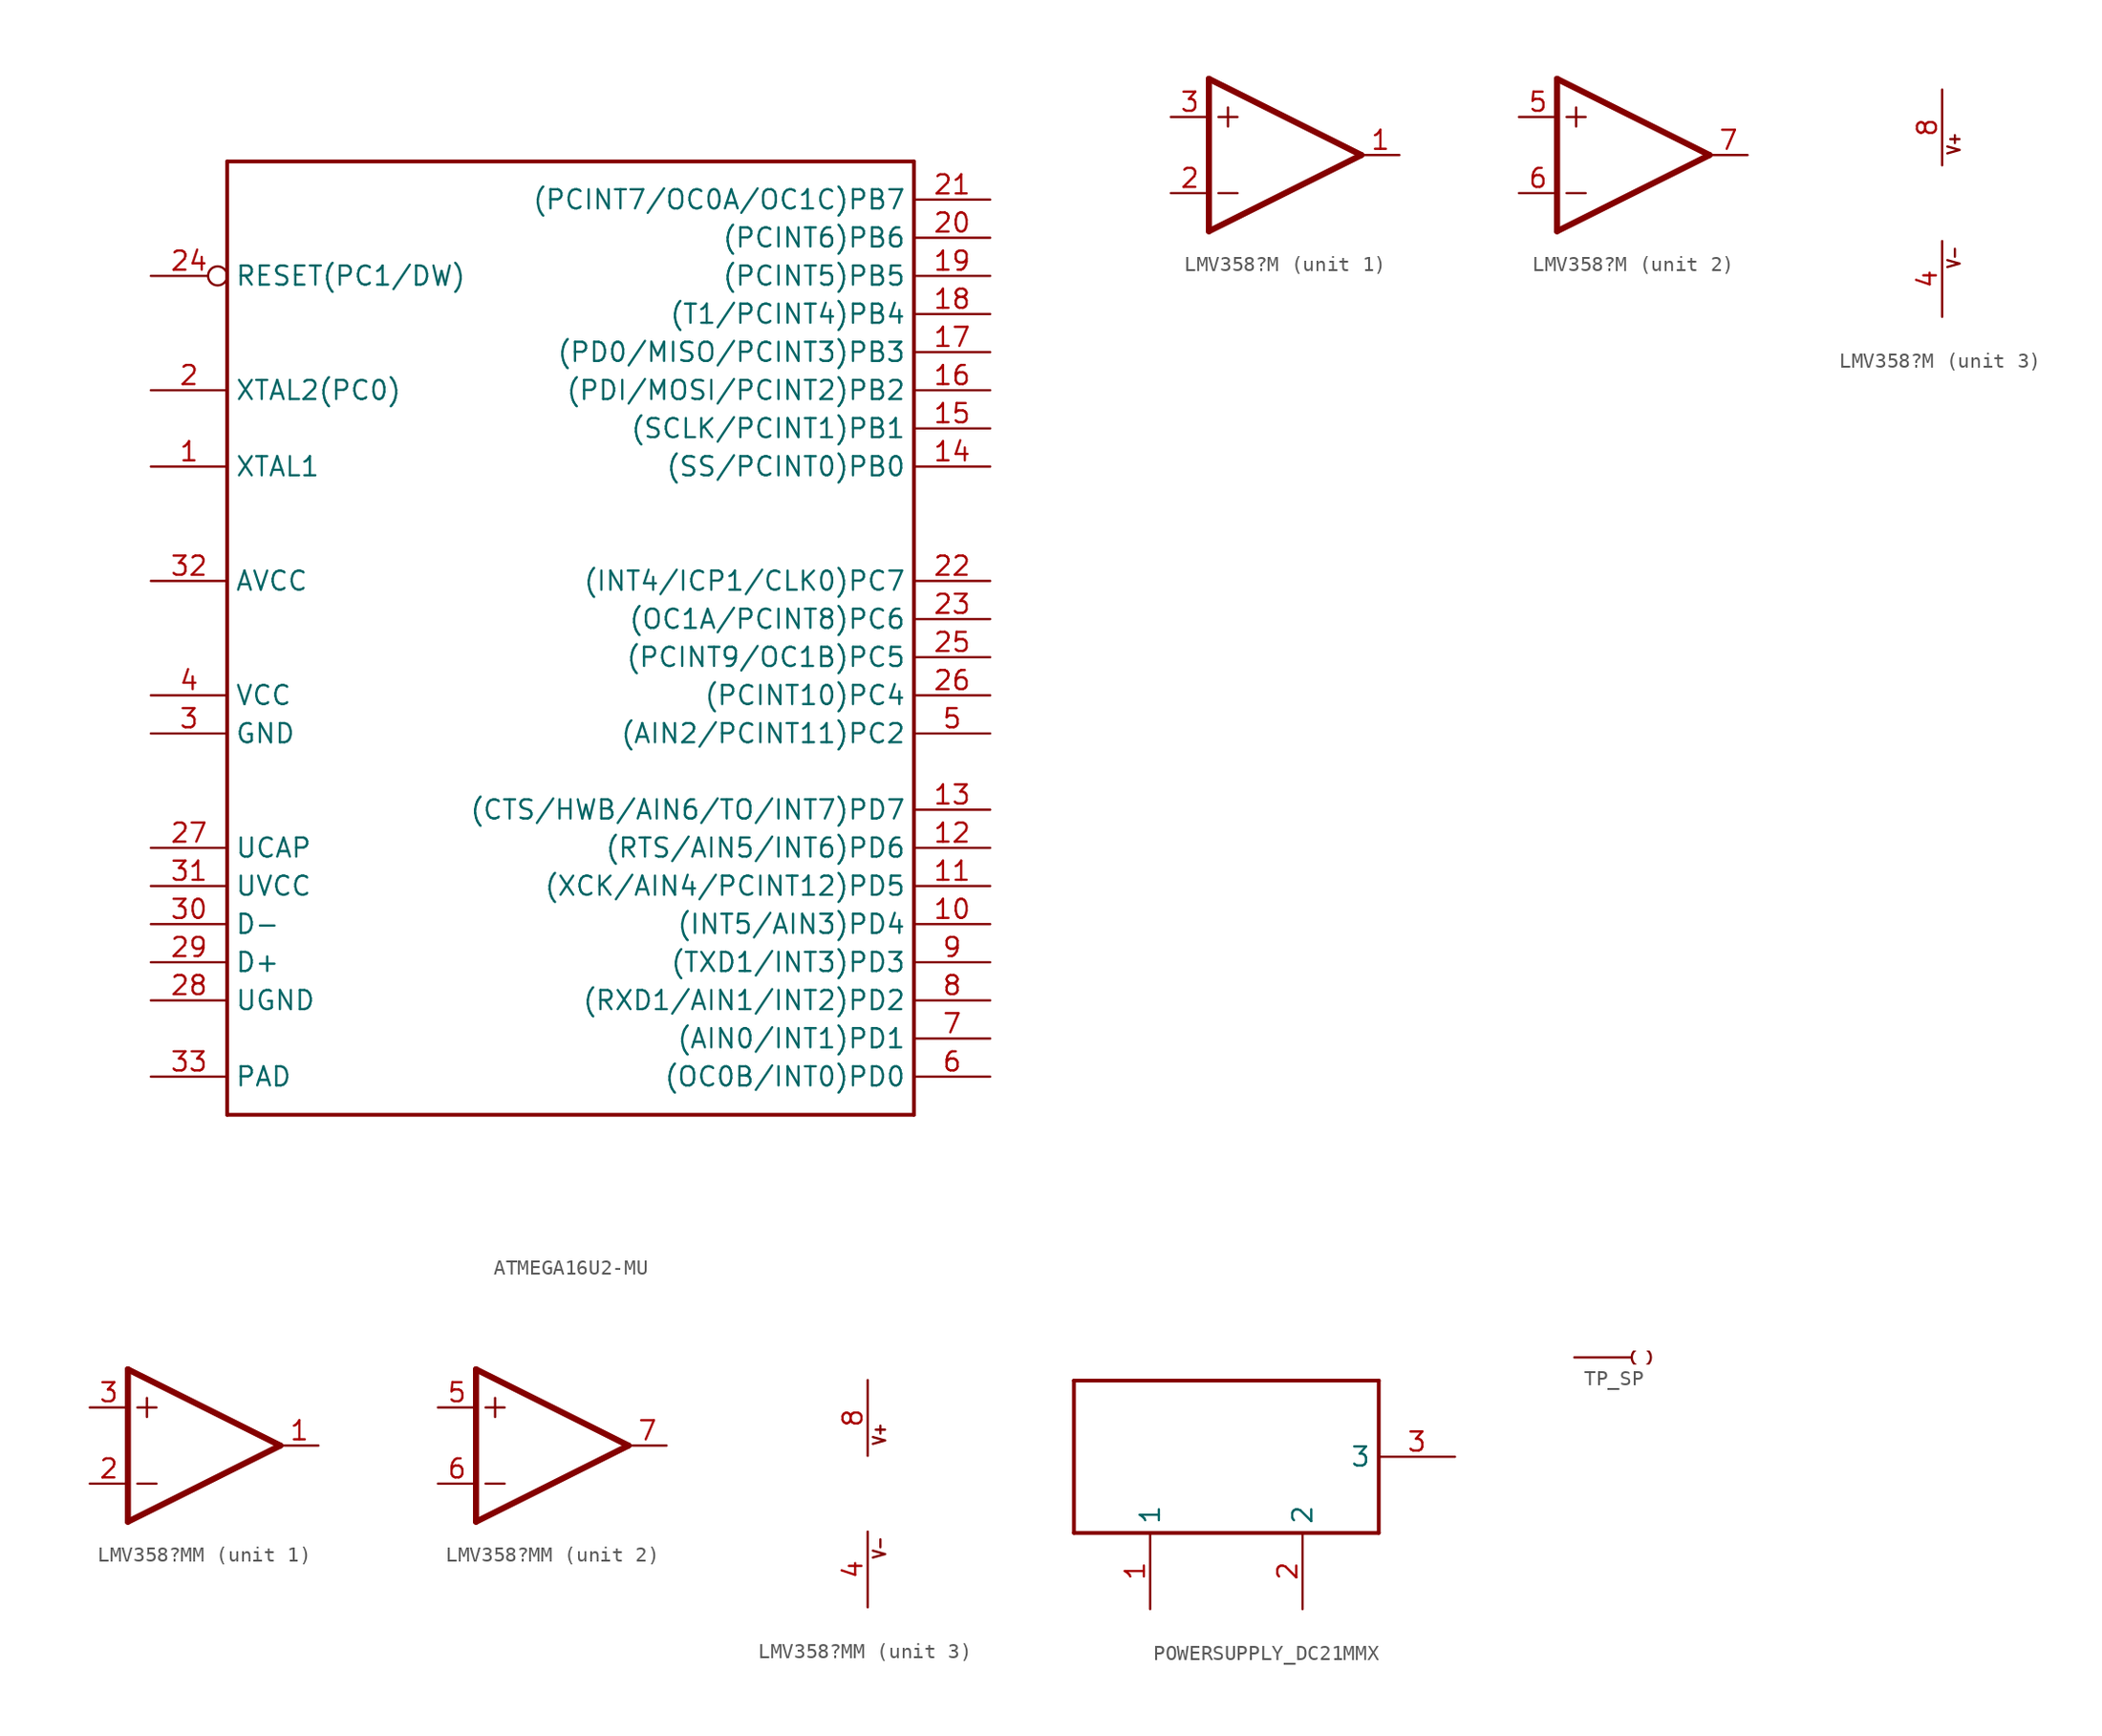
<source format=kicad_sym>
(kicad_symbol_lib
  (version 20231120)
  (generator "kicad_symbol_editor")
  (generator_version "8.0")
  (symbol "ATMEGA16U2-MU"
    (property "Reference" ""
      (at -22.86 33.782 0)
      (effects (font (size 1.778 1.511)) (justify left bottom) (hide yes)))
    (property "Value" ""
      (at -22.86 -33.02 0)
      (effects (font (size 1.778 1.511)) (justify left bottom)))
    (property "ki_locked" ""
      (at 0 0 0)
      (effects (font (size 1.27 1.27))))
    (symbol "ATMEGA16U2-MU_1_0"
      (polyline (pts (xy -22.86 -30.48) (xy -22.86 33.02)) (stroke (width 0.254) (type solid)) (fill (type none)))
      (polyline (pts (xy -22.86 33.02) (xy 22.86 33.02)) (stroke (width 0.254) (type solid)) (fill (type none)))
      (polyline (pts (xy 22.86 -30.48) (xy -22.86 -30.48)) (stroke (width 0.254) (type solid)) (fill (type none)))
      (polyline (pts (xy 22.86 33.02) (xy 22.86 -30.48)) (stroke (width 0.254) (type solid)) (fill (type none)))
      (pin bidirectional line (at -27.94 12.7 0) (length 5.08) (name "XTAL1" (effects (font (size 1.27 1.27)))) (number "1" (effects (font (size 1.27 1.27)))))
      (pin bidirectional line (at 27.94 -17.78 180) (length 5.08) (name "(INT5/AIN3)PD4" (effects (font (size 1.27 1.27)))) (number "10" (effects (font (size 1.27 1.27)))))
      (pin bidirectional line (at 27.94 -15.24 180) (length 5.08) (name "(XCK/AIN4/PCINT12)PD5" (effects (font (size 1.27 1.27)))) (number "11" (effects (font (size 1.27 1.27)))))
      (pin bidirectional line (at 27.94 -12.7 180) (length 5.08) (name "(RTS/AIN5/INT6)PD6" (effects (font (size 1.27 1.27)))) (number "12" (effects (font (size 1.27 1.27)))))
      (pin bidirectional line (at 27.94 -10.16 180) (length 5.08) (name "(CTS/HWB/AIN6/TO/INT7)PD7" (effects (font (size 1.27 1.27)))) (number "13" (effects (font (size 1.27 1.27)))))
      (pin bidirectional line (at 27.94 12.7 180) (length 5.08) (name "(SS/PCINT0)PB0" (effects (font (size 1.27 1.27)))) (number "14" (effects (font (size 1.27 1.27)))))
      (pin bidirectional line (at 27.94 15.24 180) (length 5.08) (name "(SCLK/PCINT1)PB1" (effects (font (size 1.27 1.27)))) (number "15" (effects (font (size 1.27 1.27)))))
      (pin bidirectional line (at 27.94 17.78 180) (length 5.08) (name "(PDI/MOSI/PCINT2)PB2" (effects (font (size 1.27 1.27)))) (number "16" (effects (font (size 1.27 1.27)))))
      (pin bidirectional line (at 27.94 20.32 180) (length 5.08) (name "(PD0/MISO/PCINT3)PB3" (effects (font (size 1.27 1.27)))) (number "17" (effects (font (size 1.27 1.27)))))
      (pin bidirectional line (at 27.94 22.86 180) (length 5.08) (name "(T1/PCINT4)PB4" (effects (font (size 1.27 1.27)))) (number "18" (effects (font (size 1.27 1.27)))))
      (pin bidirectional line (at 27.94 25.4 180) (length 5.08) (name "(PCINT5)PB5" (effects (font (size 1.27 1.27)))) (number "19" (effects (font (size 1.27 1.27)))))
      (pin bidirectional line (at -27.94 17.78 0) (length 5.08) (name "XTAL2(PC0)" (effects (font (size 1.27 1.27)))) (number "2" (effects (font (size 1.27 1.27)))))
      (pin bidirectional line (at 27.94 27.94 180) (length 5.08) (name "(PCINT6)PB6" (effects (font (size 1.27 1.27)))) (number "20" (effects (font (size 1.27 1.27)))))
      (pin bidirectional line (at 27.94 30.48 180) (length 5.08) (name "(PCINT7/OC0A/OC1C)PB7" (effects (font (size 1.27 1.27)))) (number "21" (effects (font (size 1.27 1.27)))))
      (pin bidirectional line (at 27.94 5.08 180) (length 5.08) (name "(INT4/ICP1/CLK0)PC7" (effects (font (size 1.27 1.27)))) (number "22" (effects (font (size 1.27 1.27)))))
      (pin bidirectional line (at 27.94 2.54 180) (length 5.08) (name "(OC1A/PCINT8)PC6" (effects (font (size 1.27 1.27)))) (number "23" (effects (font (size 1.27 1.27)))))
      (pin input inverted (at -27.94 25.4 0) (length 5.08) (name "RESET(PC1/DW)" (effects (font (size 1.27 1.27)))) (number "24" (effects (font (size 1.27 1.27)))))
      (pin bidirectional line (at 27.94 0 180) (length 5.08) (name "(PCINT9/OC1B)PC5" (effects (font (size 1.27 1.27)))) (number "25" (effects (font (size 1.27 1.27)))))
      (pin bidirectional line (at 27.94 -2.54 180) (length 5.08) (name "(PCINT10)PC4" (effects (font (size 1.27 1.27)))) (number "26" (effects (font (size 1.27 1.27)))))
      (pin passive line (at -27.94 -12.7 0) (length 5.08) (name "UCAP" (effects (font (size 1.27 1.27)))) (number "27" (effects (font (size 1.27 1.27)))))
      (pin power_in line (at -27.94 -22.86 0) (length 5.08) (name "UGND" (effects (font (size 1.27 1.27)))) (number "28" (effects (font (size 1.27 1.27)))))
      (pin bidirectional line (at -27.94 -20.32 0) (length 5.08) (name "D+" (effects (font (size 1.27 1.27)))) (number "29" (effects (font (size 1.27 1.27)))))
      (pin power_in line (at -27.94 -5.08 0) (length 5.08) (name "GND" (effects (font (size 1.27 1.27)))) (number "3" (effects (font (size 1.27 1.27)))))
      (pin bidirectional line (at -27.94 -17.78 0) (length 5.08) (name "D-" (effects (font (size 1.27 1.27)))) (number "30" (effects (font (size 1.27 1.27)))))
      (pin power_in line (at -27.94 -15.24 0) (length 5.08) (name "UVCC" (effects (font (size 1.27 1.27)))) (number "31" (effects (font (size 1.27 1.27)))))
      (pin power_in line (at -27.94 5.08 0) (length 5.08) (name "AVCC" (effects (font (size 1.27 1.27)))) (number "32" (effects (font (size 1.27 1.27)))))
      (pin power_in line (at -27.94 -27.94 0) (length 5.08) (name "PAD" (effects (font (size 1.27 1.27)))) (number "33" (effects (font (size 1.27 1.27)))))
      (pin power_in line (at -27.94 -2.54 0) (length 5.08) (name "VCC" (effects (font (size 1.27 1.27)))) (number "4" (effects (font (size 1.27 1.27)))))
      (pin bidirectional line (at 27.94 -5.08 180) (length 5.08) (name "(AIN2/PCINT11)PC2" (effects (font (size 1.27 1.27)))) (number "5" (effects (font (size 1.27 1.27)))))
      (pin bidirectional line (at 27.94 -27.94 180) (length 5.08) (name "(OC0B/INT0)PD0" (effects (font (size 1.27 1.27)))) (number "6" (effects (font (size 1.27 1.27)))))
      (pin bidirectional line (at 27.94 -25.4 180) (length 5.08) (name "(AIN0/INT1)PD1" (effects (font (size 1.27 1.27)))) (number "7" (effects (font (size 1.27 1.27)))))
      (pin bidirectional line (at 27.94 -22.86 180) (length 5.08) (name "(RXD1/AIN1/INT2)PD2" (effects (font (size 1.27 1.27)))) (number "8" (effects (font (size 1.27 1.27)))))
      (pin bidirectional line (at 27.94 -20.32 180) (length 5.08) (name "(TXD1/INT3)PD3" (effects (font (size 1.27 1.27)))) (number "9" (effects (font (size 1.27 1.27)))))))
  (symbol "LMV358?M"
    (property "Reference" "IC"
      (at 2.54 3.175 0)
      (effects (font (size 1.778 1.511)) (justify left bottom) (hide yes)))
    (property "ki_locked" ""
      (at 0 0 0)
      (effects (font (size 1.27 1.27))))
    (symbol "LMV358?M_1_0"
      (polyline (pts (xy -5.08 -5.08) (xy 5.08 0)) (stroke (width 0.406) (type solid)) (fill (type none)))
      (polyline (pts (xy -5.08 5.08) (xy -5.08 -5.08)) (stroke (width 0.406) (type solid)) (fill (type none)))
      (polyline (pts (xy -4.445 -2.54) (xy -3.175 -2.54)) (stroke (width 0.152) (type solid)) (fill (type none)))
      (polyline (pts (xy -4.445 2.54) (xy -3.175 2.54)) (stroke (width 0.152) (type solid)) (fill (type none)))
      (polyline (pts (xy -3.81 3.175) (xy -3.81 1.905)) (stroke (width 0.152) (type solid)) (fill (type none)))
      (polyline (pts (xy 5.08 0) (xy -5.08 5.08)) (stroke (width 0.406) (type solid)) (fill (type none)))
      (pin output line (at 7.62 0 180) (length 2.54) (name "OUT" (effects (font (size 0 0)))) (number "1" (effects (font (size 1.27 1.27)))))
      (pin input line (at -7.62 -2.54 0) (length 2.54) (name "-IN" (effects (font (size 0 0)))) (number "2" (effects (font (size 1.27 1.27)))))
      (pin input line (at -7.62 2.54 0) (length 2.54) (name "+IN" (effects (font (size 0 0)))) (number "3" (effects (font (size 1.27 1.27))))))
    (symbol "LMV358?M_2_0"
      (polyline (pts (xy -5.08 -5.08) (xy 5.08 0)) (stroke (width 0.406) (type solid)) (fill (type none)))
      (polyline (pts (xy -5.08 5.08) (xy -5.08 -5.08)) (stroke (width 0.406) (type solid)) (fill (type none)))
      (polyline (pts (xy -4.445 -2.54) (xy -3.175 -2.54)) (stroke (width 0.152) (type solid)) (fill (type none)))
      (polyline (pts (xy -4.445 2.54) (xy -3.175 2.54)) (stroke (width 0.152) (type solid)) (fill (type none)))
      (polyline (pts (xy -3.81 3.175) (xy -3.81 1.905)) (stroke (width 0.152) (type solid)) (fill (type none)))
      (polyline (pts (xy 5.08 0) (xy -5.08 5.08)) (stroke (width 0.406) (type solid)) (fill (type none)))
      (pin input line (at -7.62 2.54 0) (length 2.54) (name "+IN" (effects (font (size 0 0)))) (number "5" (effects (font (size 1.27 1.27)))))
      (pin input line (at -7.62 -2.54 0) (length 2.54) (name "-IN" (effects (font (size 0 0)))) (number "6" (effects (font (size 1.27 1.27)))))
      (pin output line (at 7.62 0 180) (length 2.54) (name "OUT" (effects (font (size 0 0)))) (number "7" (effects (font (size 1.27 1.27))))))
    (symbol "LMV358?M_3_0"
      (text "V+" (at 1.27 3.175 900) (effects (font (size 0.813 0.691)) (justify left bottom)))
      (text "V-" (at 1.27 -4.445 900) (effects (font (size 0.813 0.691)) (justify left bottom)))
      (pin power_in line (at 0 -7.62 90) (length 5.08) (name "V-" (effects (font (size 0 0)))) (number "4" (effects (font (size 1.27 1.27)))))
      (pin power_in line (at 0 7.62 270) (length 5.08) (name "V+" (effects (font (size 0 0)))) (number "8" (effects (font (size 1.27 1.27)))))))
  (symbol "LMV358?MM"
    (property "Reference" "IC"
      (at 2.54 3.175 0)
      (effects (font (size 1.778 1.511)) (justify left bottom) (hide yes)))
    (property "ki_locked" ""
      (at 0 0 0)
      (effects (font (size 1.27 1.27))))
    (symbol "LMV358?MM_1_0"
      (polyline (pts (xy -5.08 -5.08) (xy 5.08 0)) (stroke (width 0.406) (type solid)) (fill (type none)))
      (polyline (pts (xy -5.08 5.08) (xy -5.08 -5.08)) (stroke (width 0.406) (type solid)) (fill (type none)))
      (polyline (pts (xy -4.445 -2.54) (xy -3.175 -2.54)) (stroke (width 0.152) (type solid)) (fill (type none)))
      (polyline (pts (xy -4.445 2.54) (xy -3.175 2.54)) (stroke (width 0.152) (type solid)) (fill (type none)))
      (polyline (pts (xy -3.81 3.175) (xy -3.81 1.905)) (stroke (width 0.152) (type solid)) (fill (type none)))
      (polyline (pts (xy 5.08 0) (xy -5.08 5.08)) (stroke (width 0.406) (type solid)) (fill (type none)))
      (pin output line (at 7.62 0 180) (length 2.54) (name "OUT" (effects (font (size 0 0)))) (number "1" (effects (font (size 1.27 1.27)))))
      (pin input line (at -7.62 -2.54 0) (length 2.54) (name "-IN" (effects (font (size 0 0)))) (number "2" (effects (font (size 1.27 1.27)))))
      (pin input line (at -7.62 2.54 0) (length 2.54) (name "+IN" (effects (font (size 0 0)))) (number "3" (effects (font (size 1.27 1.27))))))
    (symbol "LMV358?MM_2_0"
      (polyline (pts (xy -5.08 -5.08) (xy 5.08 0)) (stroke (width 0.406) (type solid)) (fill (type none)))
      (polyline (pts (xy -5.08 5.08) (xy -5.08 -5.08)) (stroke (width 0.406) (type solid)) (fill (type none)))
      (polyline (pts (xy -4.445 -2.54) (xy -3.175 -2.54)) (stroke (width 0.152) (type solid)) (fill (type none)))
      (polyline (pts (xy -4.445 2.54) (xy -3.175 2.54)) (stroke (width 0.152) (type solid)) (fill (type none)))
      (polyline (pts (xy -3.81 3.175) (xy -3.81 1.905)) (stroke (width 0.152) (type solid)) (fill (type none)))
      (polyline (pts (xy 5.08 0) (xy -5.08 5.08)) (stroke (width 0.406) (type solid)) (fill (type none)))
      (pin input line (at -7.62 2.54 0) (length 2.54) (name "+IN" (effects (font (size 0 0)))) (number "5" (effects (font (size 1.27 1.27)))))
      (pin input line (at -7.62 -2.54 0) (length 2.54) (name "-IN" (effects (font (size 0 0)))) (number "6" (effects (font (size 1.27 1.27)))))
      (pin output line (at 7.62 0 180) (length 2.54) (name "OUT" (effects (font (size 0 0)))) (number "7" (effects (font (size 1.27 1.27))))))
    (symbol "LMV358?MM_3_0"
      (text "V+" (at 1.27 3.175 900) (effects (font (size 0.813 0.691)) (justify left bottom)))
      (text "V-" (at 1.27 -4.445 900) (effects (font (size 0.813 0.691)) (justify left bottom)))
      (pin power_in line (at 0 -7.62 90) (length 5.08) (name "V-" (effects (font (size 0 0)))) (number "4" (effects (font (size 1.27 1.27)))))
      (pin power_in line (at 0 7.62 270) (length 5.08) (name "V+" (effects (font (size 0 0)))) (number "8" (effects (font (size 1.27 1.27)))))))
  (symbol "POWERSUPPLY_DC21MMX"
    (property "Reference" ""
      (at -10.16 7.62 0)
      (effects (font (size 1.27 1.079)) (justify left bottom) (hide yes)))
    (property "Value" ""
      (at -10.16 5.08 0)
      (effects (font (size 1.27 1.079)) (justify left bottom)))
    (property "ki_locked" ""
      (at 0 0 0)
      (effects (font (size 1.27 1.27))))
    (symbol "POWERSUPPLY_DC21MMX_1_0"
      (polyline (pts (xy -10.16 -5.08) (xy -10.16 5.08)) (stroke (width 0.254) (type solid)) (fill (type none)))
      (polyline (pts (xy -10.16 5.08) (xy 10.16 5.08)) (stroke (width 0.254) (type solid)) (fill (type none)))
      (polyline (pts (xy 10.16 -5.08) (xy -10.16 -5.08)) (stroke (width 0.254) (type solid)) (fill (type none)))
      (polyline (pts (xy 10.16 5.08) (xy 10.16 -5.08)) (stroke (width 0.254) (type solid)) (fill (type none)))
      (pin power_in line (at -5.08 -10.16 90) (length 5.08) (name "1" (effects (font (size 1.27 1.27)))) (number "1" (effects (font (size 1.27 1.27)))))
      (pin power_in line (at 5.08 -10.16 90) (length 5.08) (name "2" (effects (font (size 1.27 1.27)))) (number "2" (effects (font (size 1.27 1.27)))))
      (pin power_in line (at 15.24 0 180) (length 5.08) (name "3" (effects (font (size 1.27 1.27)))) (number "3" (effects (font (size 1.27 1.27)))))))
  (symbol "TP_SP"
    (property "Reference" ""
      (at 5.08 2.54 90)
      (effects (font (size 1.27 1.079)) (justify right top) (hide yes)))
    (property "ki_locked" ""
      (at 0 0 0)
      (effects (font (size 1.27 1.27))))
    (symbol "TP_SP_1_0"
      (pin passive inverted (at 0 0 0) (length 5.08) (name "TESTP" (effects (font (size 0 0)))) (number "X" (effects (font (size 0 0))))))))
</source>
